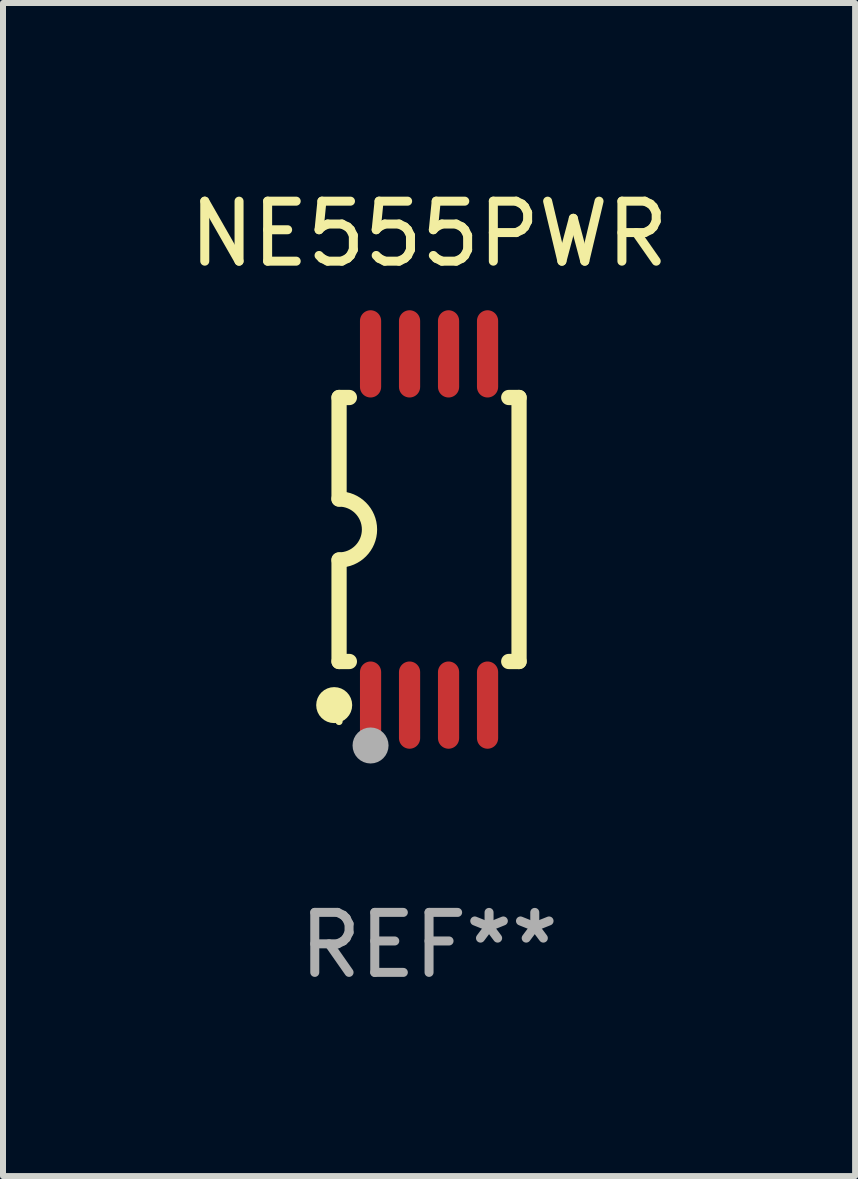
<source format=kicad_pcb>
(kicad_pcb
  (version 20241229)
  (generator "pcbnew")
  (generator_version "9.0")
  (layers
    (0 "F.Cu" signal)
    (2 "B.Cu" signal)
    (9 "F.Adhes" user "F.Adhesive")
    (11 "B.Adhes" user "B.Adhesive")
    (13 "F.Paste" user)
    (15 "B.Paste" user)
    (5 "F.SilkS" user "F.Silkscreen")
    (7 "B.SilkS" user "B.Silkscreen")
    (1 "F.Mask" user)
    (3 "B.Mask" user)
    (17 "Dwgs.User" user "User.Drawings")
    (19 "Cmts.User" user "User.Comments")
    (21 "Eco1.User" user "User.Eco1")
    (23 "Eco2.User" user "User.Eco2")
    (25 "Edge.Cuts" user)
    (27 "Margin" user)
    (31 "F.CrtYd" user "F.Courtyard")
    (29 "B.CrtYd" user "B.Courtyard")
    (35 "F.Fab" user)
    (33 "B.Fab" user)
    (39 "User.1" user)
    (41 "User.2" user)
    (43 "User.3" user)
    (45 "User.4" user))
  (footprint "NE555PWR"
    (layer "F.Cu")
    (at 4.101 5.775)
    (property "Reference" "NE555PWR" (at 0 -4.927 0) (layer "F.SilkS") (effects (font (size 1 1) (thickness 0.15))))
    (attr through_hole)
    (fp_line (start -1.5 -2.2) (end -1.5 -0.508) (stroke (width 0.254) (type solid)) (layer "F.SilkS"))
    (fp_line (start -1.5 -2.2) (end -1.328 -2.2) (stroke (width 0.254) (type solid)) (layer "F.SilkS"))
    (fp_line (start -1.5 2.2) (end -1.5 0.508) (stroke (width 0.254) (type solid)) (layer "F.SilkS"))
    (fp_line (start -1.5 2.2) (end -1.328 2.2) (stroke (width 0.254) (type solid)) (layer "F.SilkS"))
    (fp_line (start 1.328 -2.2) (end 1.5 -2.2) (stroke (width 0.254) (type solid)) (layer "F.SilkS"))
    (fp_line (start 1.328 2.2) (end 1.5 2.2) (stroke (width 0.254) (type solid)) (layer "F.SilkS"))
    (fp_line (start 1.5 -2.2) (end 1.5 2.2) (stroke (width 0.254) (type solid)) (layer "F.SilkS"))
    (fp_arc (start -1.501144 -0.508) (mid -0.993143 -0.000571) (end -1.5 0.508001) (stroke (width 0.254001) (type solid)) (layer "F.SilkS"))
    (fp_circle (center -1.581 2.927) (end -1.431 2.927) (stroke (width 0.3) (type solid)) (fill no) (layer "F.SilkS"))
    (fp_circle (center -1.5 3.2) (end -1.47 3.2) (stroke (width 0.06) (type solid)) (fill no) (layer "F.SilkS"))
    (fp_circle (center -0.975 3.6) (end -0.825 3.6) (stroke (width 0.3) (type solid)) (fill no) (layer "F.Fab"))
    (fp_text user "REF**" (at 0 6.927 0) (layer "F.Fab") (effects (font (size 1 1) (thickness 0.15))))
    (pad "1" smd oval (at -0.975 2.927) (size 0.353 1.454) (layers "F.Cu" "F.Mask" "F.Paste"))
    (pad "2" smd oval (at -0.325 2.927) (size 0.353 1.454) (layers "F.Cu" "F.Mask" "F.Paste"))
    (pad "3" smd oval (at 0.325 2.927) (size 0.353 1.454) (layers "F.Cu" "F.Mask" "F.Paste"))
    (pad "4" smd oval (at 0.975 2.927) (size 0.353 1.454) (layers "F.Cu" "F.Mask" "F.Paste"))
    (pad "5" smd oval (at 0.975 -2.927) (size 0.353 1.454) (layers "F.Cu" "F.Mask" "F.Paste"))
    (pad "6" smd oval (at 0.325 -2.927) (size 0.353 1.454) (layers "F.Cu" "F.Mask" "F.Paste"))
    (pad "7" smd oval (at -0.325 -2.927) (size 0.353 1.454) (layers "F.Cu" "F.Mask" "F.Paste"))
    (pad "8" smd oval (at -0.975 -2.927) (size 0.353 1.454) (layers "F.Cu" "F.Mask" "F.Paste")))
  (gr_rect
    (start -3 -3)
    (end 11.202 16.551)
    (stroke (width 0.1) (type default))
    (fill no)
    (layer "Edge.Cuts")))
</source>
